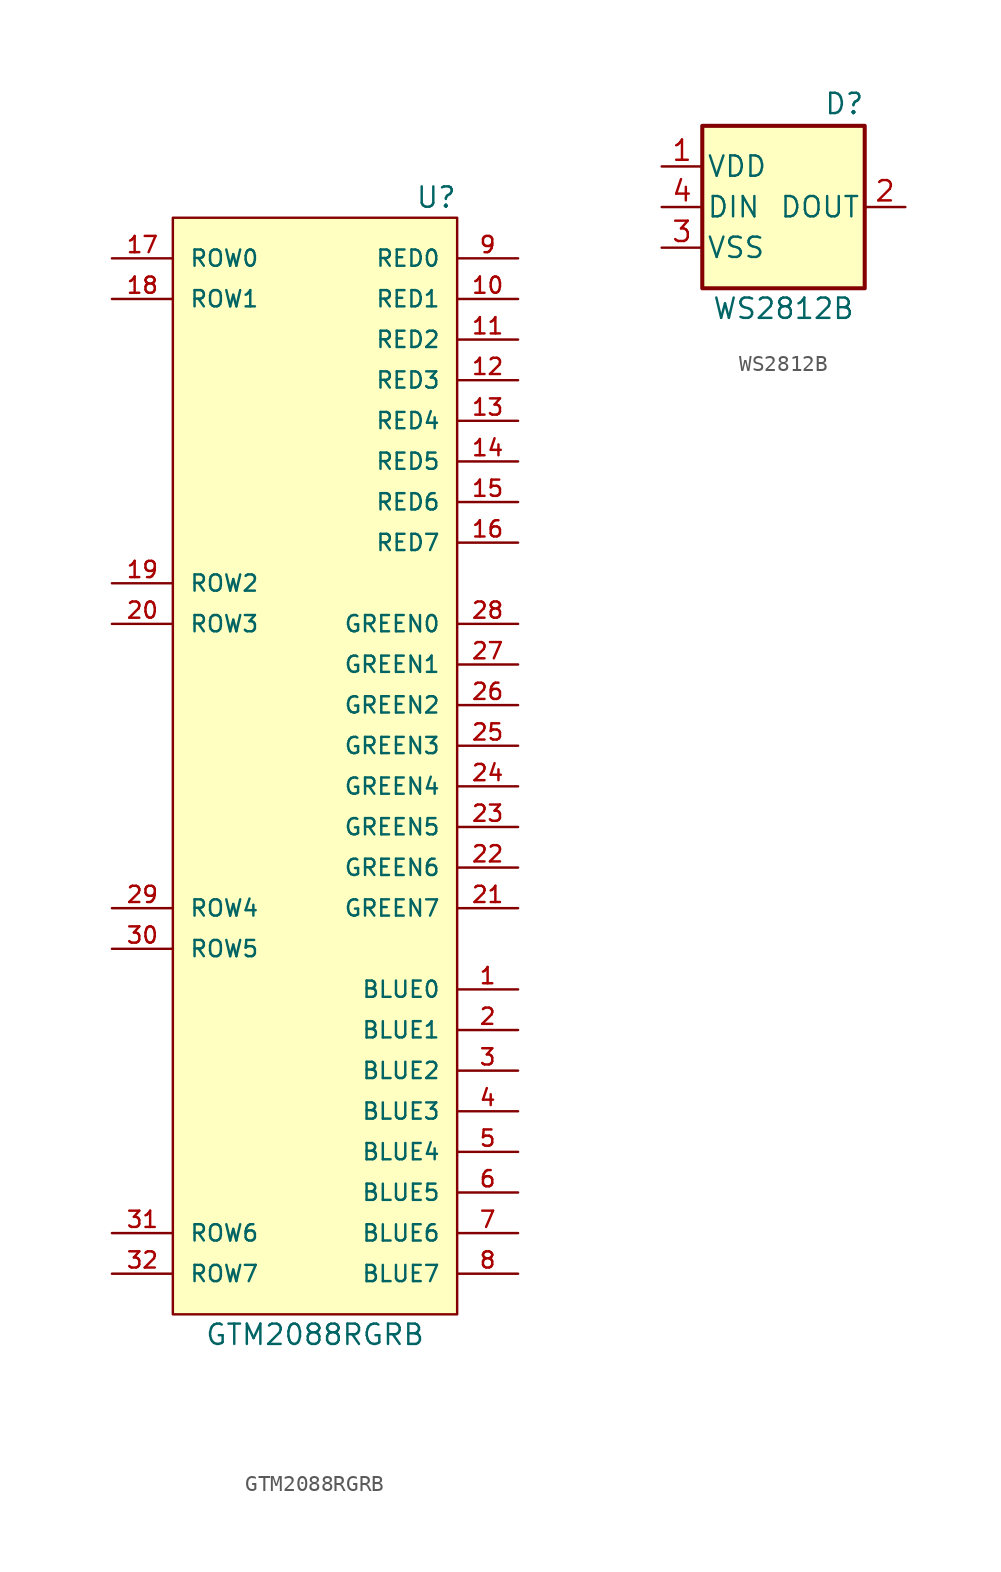
<source format=kicad_sym>
(kicad_symbol_lib
  (version 20201005)
  (generator kicad_symbol_editor)
  (symbol "GTM2088RGRB"
    (pin_names
      (offset 1.016))
    (property "Reference" "U"
      (at 8.89 34.29 0)
      (effects (font (size 1.27 1.27)) (justify right)))
    (property "Value" "GTM2088RGRB"
      (at 0 -36.83 0)
      (effects (font (size 1.27 1.27))))
    (symbol "GTM2088RGRB_0_1"
      (rectangle (start 8.89 33.02) (end -8.89 -35.56) (stroke (width 0)) (fill (type background))))
    (symbol "GTM2088RGRB_1_1"
      (pin input line (at 12.7 -15.24 180) (length 3.81) (name "BLUE0" (effects (font (size 1.016 1.016)))) (number "1" (effects (font (size 1.016 1.016)))))
      (pin input line (at 12.7 27.94 180) (length 3.81) (name "RED1" (effects (font (size 1.016 1.016)))) (number "10" (effects (font (size 1.016 1.016)))))
      (pin input line (at 12.7 25.4 180) (length 3.81) (name "RED2" (effects (font (size 1.016 1.016)))) (number "11" (effects (font (size 1.016 1.016)))))
      (pin input line (at 12.7 22.86 180) (length 3.81) (name "RED3" (effects (font (size 1.016 1.016)))) (number "12" (effects (font (size 1.016 1.016)))))
      (pin input line (at 12.7 20.32 180) (length 3.81) (name "RED4" (effects (font (size 1.016 1.016)))) (number "13" (effects (font (size 1.016 1.016)))))
      (pin input line (at 12.7 17.78 180) (length 3.81) (name "RED5" (effects (font (size 1.016 1.016)))) (number "14" (effects (font (size 1.016 1.016)))))
      (pin input line (at 12.7 15.24 180) (length 3.81) (name "RED6" (effects (font (size 1.016 1.016)))) (number "15" (effects (font (size 1.016 1.016)))))
      (pin input line (at 12.7 12.7 180) (length 3.81) (name "RED7" (effects (font (size 1.016 1.016)))) (number "16" (effects (font (size 1.016 1.016)))))
      (pin input line (at -12.7 30.48 0) (length 3.81) (name "ROW0" (effects (font (size 1.016 1.016)))) (number "17" (effects (font (size 1.016 1.016)))))
      (pin input line (at -12.7 27.94 0) (length 3.81) (name "ROW1" (effects (font (size 1.016 1.016)))) (number "18" (effects (font (size 1.016 1.016)))))
      (pin input line (at -12.7 10.16 0) (length 3.81) (name "ROW2" (effects (font (size 1.016 1.016)))) (number "19" (effects (font (size 1.016 1.016)))))
      (pin input line (at 12.7 -17.78 180) (length 3.81) (name "BLUE1" (effects (font (size 1.016 1.016)))) (number "2" (effects (font (size 1.016 1.016)))))
      (pin input line (at -12.7 7.62 0) (length 3.81) (name "ROW3" (effects (font (size 1.016 1.016)))) (number "20" (effects (font (size 1.016 1.016)))))
      (pin input line (at 12.7 -10.16 180) (length 3.81) (name "GREEN7" (effects (font (size 1.016 1.016)))) (number "21" (effects (font (size 1.016 1.016)))))
      (pin input line (at 12.7 -7.62 180) (length 3.81) (name "GREEN6" (effects (font (size 1.016 1.016)))) (number "22" (effects (font (size 1.016 1.016)))))
      (pin input line (at 12.7 -5.08 180) (length 3.81) (name "GREEN5" (effects (font (size 1.016 1.016)))) (number "23" (effects (font (size 1.016 1.016)))))
      (pin input line (at 12.7 -2.54 180) (length 3.81) (name "GREEN4" (effects (font (size 1.016 1.016)))) (number "24" (effects (font (size 1.016 1.016)))))
      (pin input line (at 12.7 0 180) (length 3.81) (name "GREEN3" (effects (font (size 1.016 1.016)))) (number "25" (effects (font (size 1.016 1.016)))))
      (pin input line (at 12.7 2.54 180) (length 3.81) (name "GREEN2" (effects (font (size 1.016 1.016)))) (number "26" (effects (font (size 1.016 1.016)))))
      (pin input line (at 12.7 5.08 180) (length 3.81) (name "GREEN1" (effects (font (size 1.016 1.016)))) (number "27" (effects (font (size 1.016 1.016)))))
      (pin input line (at 12.7 7.62 180) (length 3.81) (name "GREEN0" (effects (font (size 1.016 1.016)))) (number "28" (effects (font (size 1.016 1.016)))))
      (pin input line (at -12.7 -10.16 0) (length 3.81) (name "ROW4" (effects (font (size 1.016 1.016)))) (number "29" (effects (font (size 1.016 1.016)))))
      (pin input line (at 12.7 -20.32 180) (length 3.81) (name "BLUE2" (effects (font (size 1.016 1.016)))) (number "3" (effects (font (size 1.016 1.016)))))
      (pin input line (at -12.7 -12.7 0) (length 3.81) (name "ROW5" (effects (font (size 1.016 1.016)))) (number "30" (effects (font (size 1.016 1.016)))))
      (pin input line (at -12.7 -30.48 0) (length 3.81) (name "ROW6" (effects (font (size 1.016 1.016)))) (number "31" (effects (font (size 1.016 1.016)))))
      (pin input line (at -12.7 -33.02 0) (length 3.81) (name "ROW7" (effects (font (size 1.016 1.016)))) (number "32" (effects (font (size 1.016 1.016)))))
      (pin input line (at 12.7 -22.86 180) (length 3.81) (name "BLUE3" (effects (font (size 1.016 1.016)))) (number "4" (effects (font (size 1.016 1.016)))))
      (pin input line (at 12.7 -25.4 180) (length 3.81) (name "BLUE4" (effects (font (size 1.016 1.016)))) (number "5" (effects (font (size 1.016 1.016)))))
      (pin input line (at 12.7 -27.94 180) (length 3.81) (name "BLUE5" (effects (font (size 1.016 1.016)))) (number "6" (effects (font (size 1.016 1.016)))))
      (pin input line (at 12.7 -30.48 180) (length 3.81) (name "BLUE6" (effects (font (size 1.016 1.016)))) (number "7" (effects (font (size 1.016 1.016)))))
      (pin input line (at 12.7 -33.02 180) (length 3.81) (name "BLUE7" (effects (font (size 1.016 1.016)))) (number "8" (effects (font (size 1.016 1.016)))))
      (pin input line (at 12.7 30.48 180) (length 3.81) (name "RED0" (effects (font (size 1.016 1.016)))) (number "9" (effects (font (size 1.016 1.016)))))))
  (symbol "LED_Extra:WS2812B"
    (pin_names
      (offset 0.254))
    (property "Reference" "D"
      (at 5.08 5.715 0)
      (effects (font (size 1.27 1.27)) (justify right bottom)))
    (property "Value" "WS2812B"
      (at 0 -6.35 0)
      (effects (font (size 1.27 1.27))))
    (symbol "WS2812B_0_1"
      (rectangle (start 5.08 5.08) (end -5.08 -5.08) (stroke (width 0.254)) (fill (type background))))
    (symbol "WS2812B_1_1"
      (pin power_in line (at -7.62 2.54 0) (length 2.54) (name "VDD" (effects (font (size 1.27 1.27)))) (number "1" (effects (font (size 1.27 1.27)))))
      (pin output line (at 7.62 0 180) (length 2.54) (name "DOUT" (effects (font (size 1.27 1.27)))) (number "2" (effects (font (size 1.27 1.27)))))
      (pin power_in line (at -7.62 -2.54 0) (length 2.54) (name "VSS" (effects (font (size 1.27 1.27)))) (number "3" (effects (font (size 1.27 1.27)))))
      (pin input line (at -7.62 0 0) (length 2.54) (name "DIN" (effects (font (size 1.27 1.27)))) (number "4" (effects (font (size 1.27 1.27))))))))
</source>
